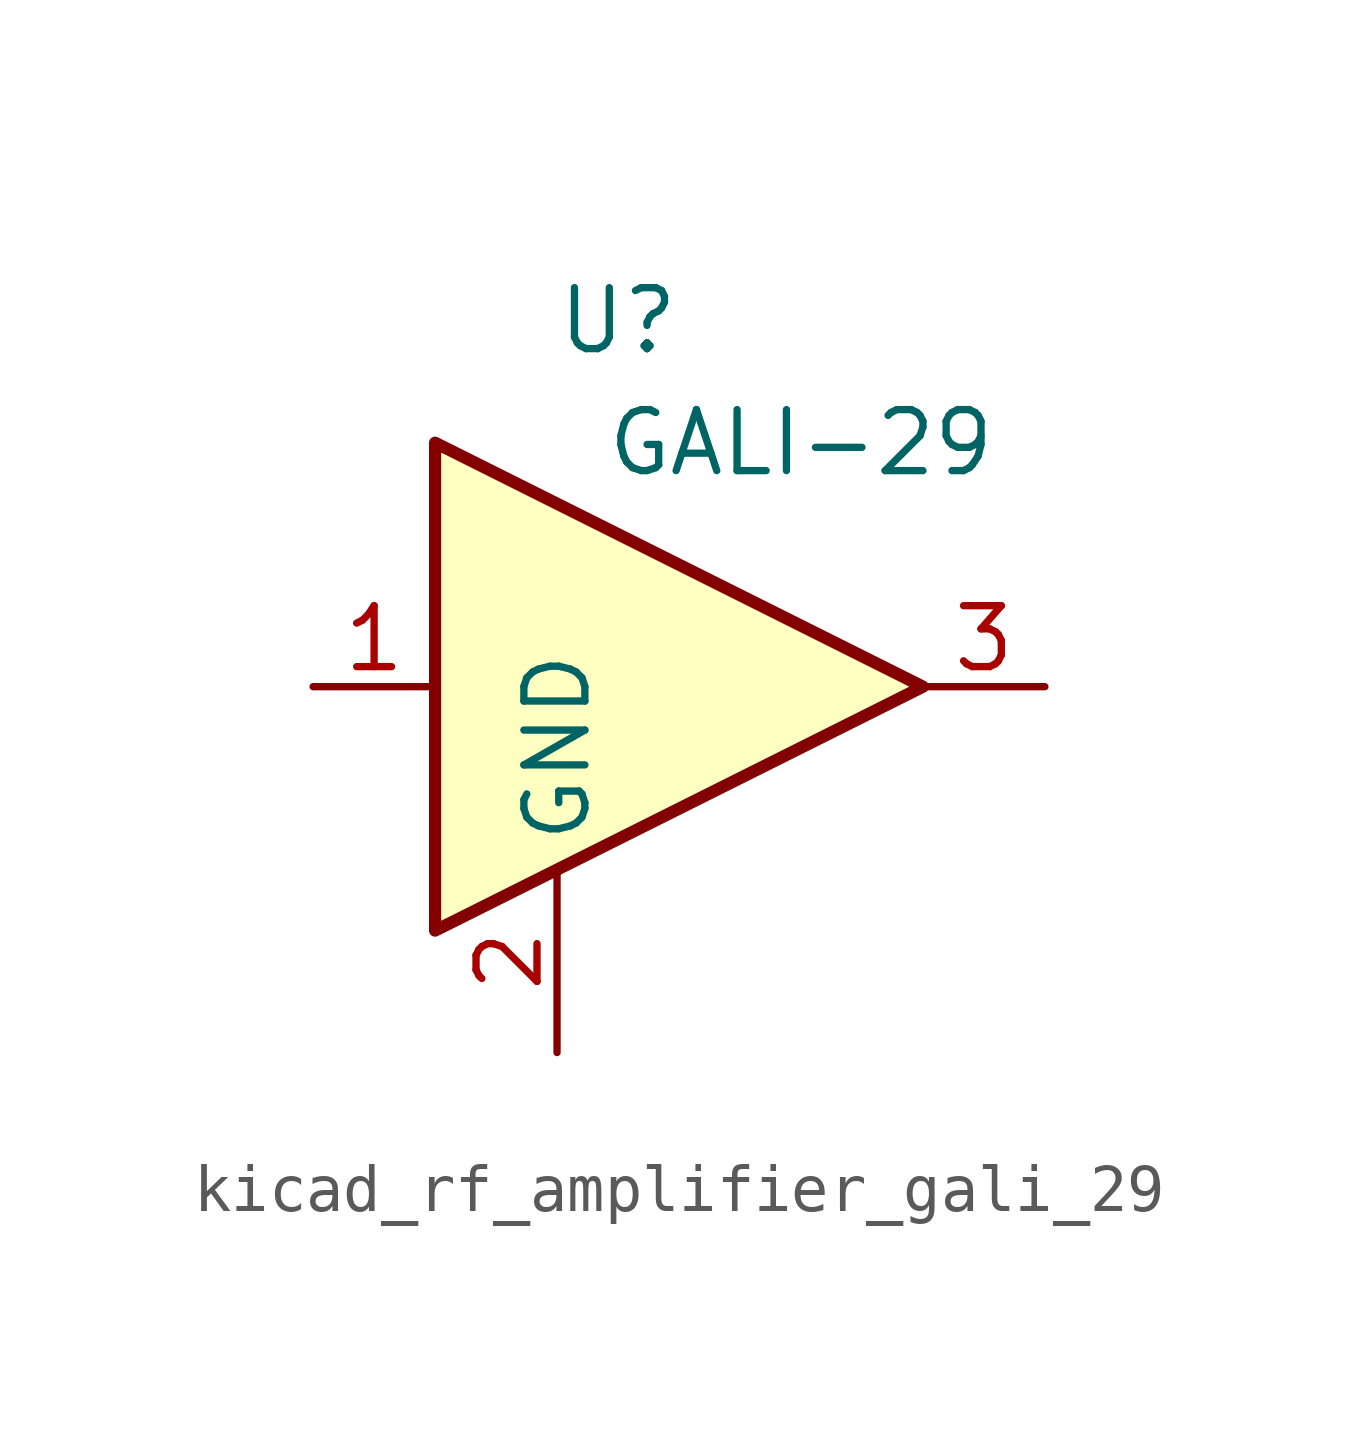
<source format=kicad_sym>
(kicad_symbol_lib
  (version 20220914)
  (generator kicad_symbol_editor)
  (symbol "kicad_rf_amplifier_gali_29"
    (property "Reference" "U"
      (at -1.27 7.62 0)
      (effects (font (size 1.27 1.27))))
    (property "Value" "GALI-29"
      (at 2.54 5.08 0)
      (effects (font (size 1.27 1.27))))
    (symbol "kicad_rf_amplifier_gali_29_0_1"
      (polyline (pts (xy 5.08 0) (xy -5.08 5.08) (xy -5.08 -5.08) (xy 5.08 0)) (stroke (width 0.254) (type default)) (fill (type background))))
    (symbol "kicad_rf_amplifier_gali_29_1_1"
      (pin input line (at -7.62 0 0) (length 2.54) (name "~" (effects (font (size 1.27 1.27)))) (number "1" (effects (font (size 1.27 1.27)))))
      (pin power_in line (at -2.54 -7.62 90) (length 3.81) (name "GND" (effects (font (size 1.27 1.27)))) (number "2" (effects (font (size 1.27 1.27)))))
      (pin output line (at 7.62 0 180) (length 2.54) (name "~" (effects (font (size 1.27 1.27)))) (number "3" (effects (font (size 1.27 1.27))))))))
</source>
